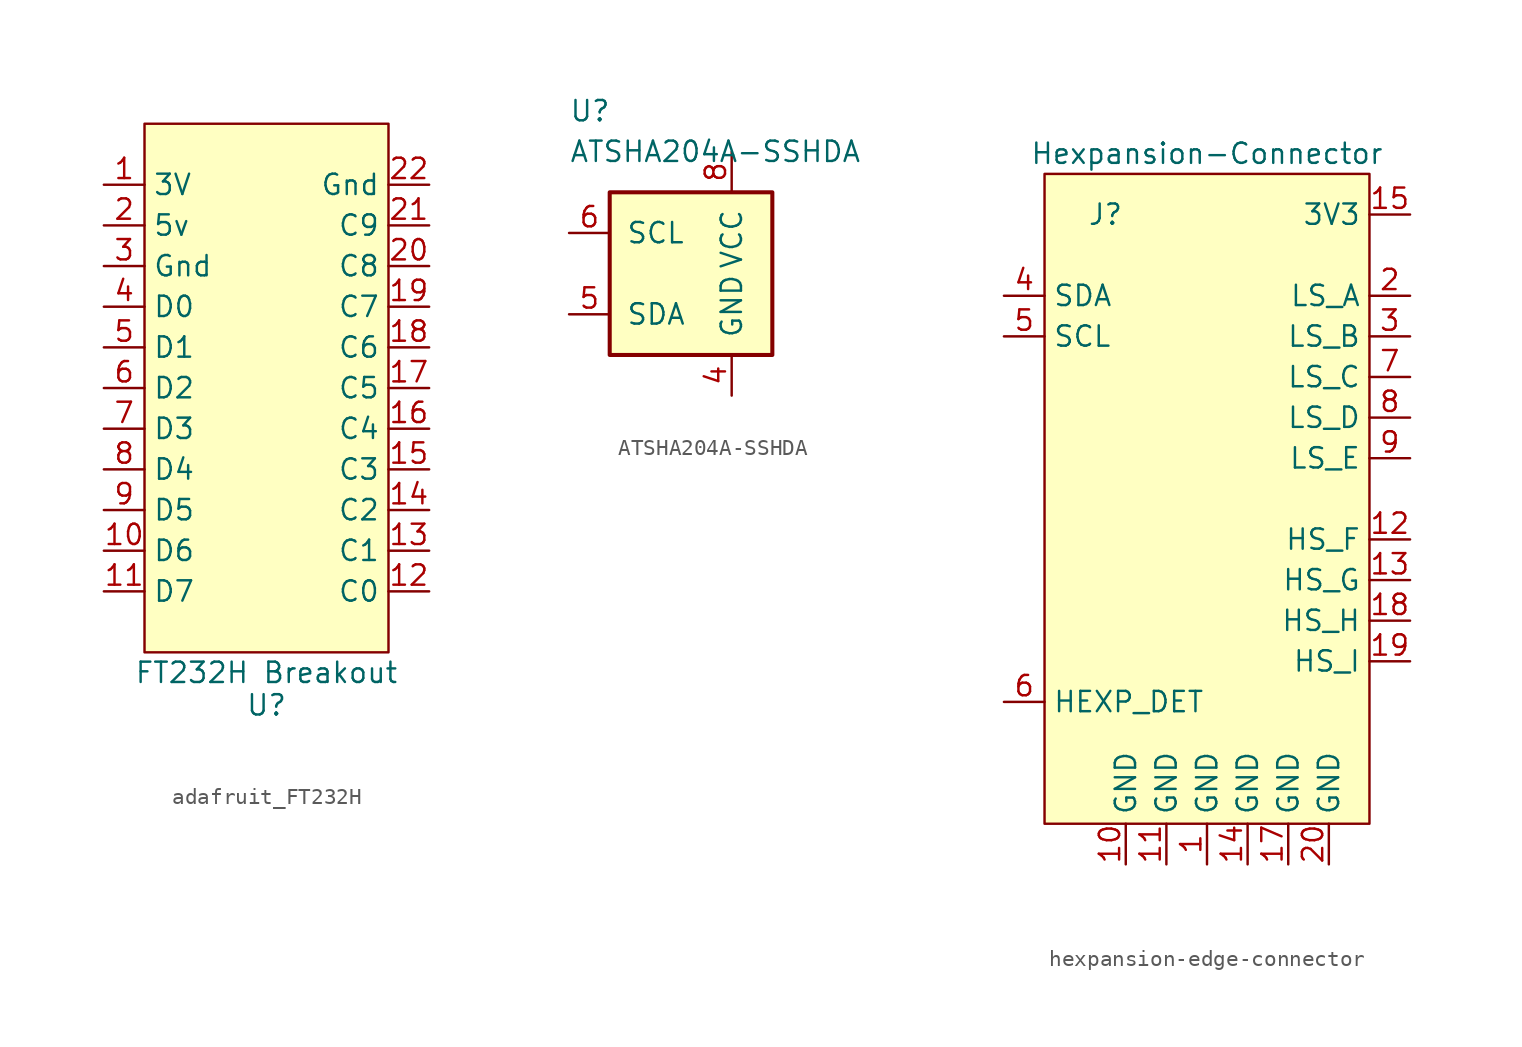
<source format=kicad_sym>
(kicad_symbol_lib
  (version 20231120)
  (generator "kicad_symbol_editor")
  (generator_version "8.0")
  (symbol "adafruit_FT232H"
    (property "Reference" "U"
      (at 0 -19.812 0)
      (effects (font (size 1.27 1.27))))
    (property "Value" "FT232H Breakout"
      (at 0 -17.78 0)
      (effects (font (size 1.27 1.27))))
    (symbol "adafruit_FT232H_0_0"
      (pin power_out line (at -10.16 12.7 0) (length 2.54) (name "3V" (effects (font (size 1.27 1.27)))) (number "1" (effects (font (size 1.27 1.27)))))
      (pin bidirectional line (at -10.16 -10.16 0) (length 2.54) (name "D6" (effects (font (size 1.27 1.27)))) (number "10" (effects (font (size 1.27 1.27)))))
      (pin bidirectional line (at -10.16 -12.7 0) (length 2.54) (name "D7" (effects (font (size 1.27 1.27)))) (number "11" (effects (font (size 1.27 1.27)))))
      (pin bidirectional line (at 10.16 -12.7 180) (length 2.54) (name "C0" (effects (font (size 1.27 1.27)))) (number "12" (effects (font (size 1.27 1.27)))))
      (pin bidirectional line (at 10.16 -10.16 180) (length 2.54) (name "C1" (effects (font (size 1.27 1.27)))) (number "13" (effects (font (size 1.27 1.27)))))
      (pin bidirectional line (at 10.16 -7.62 180) (length 2.54) (name "C2" (effects (font (size 1.27 1.27)))) (number "14" (effects (font (size 1.27 1.27)))))
      (pin bidirectional line (at 10.16 -5.08 180) (length 2.54) (name "C3" (effects (font (size 1.27 1.27)))) (number "15" (effects (font (size 1.27 1.27)))))
      (pin bidirectional line (at 10.16 -2.54 180) (length 2.54) (name "C4" (effects (font (size 1.27 1.27)))) (number "16" (effects (font (size 1.27 1.27)))))
      (pin bidirectional line (at 10.16 0 180) (length 2.54) (name "C5" (effects (font (size 1.27 1.27)))) (number "17" (effects (font (size 1.27 1.27)))))
      (pin bidirectional line (at 10.16 2.54 180) (length 2.54) (name "C6" (effects (font (size 1.27 1.27)))) (number "18" (effects (font (size 1.27 1.27)))))
      (pin bidirectional line (at 10.16 5.08 180) (length 2.54) (name "C7" (effects (font (size 1.27 1.27)))) (number "19" (effects (font (size 1.27 1.27)))))
      (pin power_out line (at -10.16 10.16 0) (length 2.54) (name "5v" (effects (font (size 1.27 1.27)))) (number "2" (effects (font (size 1.27 1.27)))))
      (pin bidirectional line (at 10.16 7.62 180) (length 2.54) (name "C8" (effects (font (size 1.27 1.27)))) (number "20" (effects (font (size 1.27 1.27)))))
      (pin bidirectional line (at 10.16 10.16 180) (length 2.54) (name "C9" (effects (font (size 1.27 1.27)))) (number "21" (effects (font (size 1.27 1.27)))))
      (pin power_out line (at -10.16 7.62 0) (length 2.54) (name "Gnd" (effects (font (size 1.27 1.27)))) (number "3" (effects (font (size 1.27 1.27)))))
      (pin bidirectional line (at -10.16 5.08 0) (length 2.54) (name "D0" (effects (font (size 1.27 1.27)))) (number "4" (effects (font (size 1.27 1.27)))))
      (pin bidirectional line (at -10.16 2.54 0) (length 2.54) (name "D1" (effects (font (size 1.27 1.27)))) (number "5" (effects (font (size 1.27 1.27)))))
      (pin bidirectional line (at -10.16 0 0) (length 2.54) (name "D2" (effects (font (size 1.27 1.27)))) (number "6" (effects (font (size 1.27 1.27)))))
      (pin bidirectional line (at -10.16 -2.54 0) (length 2.54) (name "D3" (effects (font (size 1.27 1.27)))) (number "7" (effects (font (size 1.27 1.27)))))
      (pin bidirectional line (at -10.16 -5.08 0) (length 2.54) (name "D4" (effects (font (size 1.27 1.27)))) (number "8" (effects (font (size 1.27 1.27)))))
      (pin bidirectional line (at -10.16 -7.62 0) (length 2.54) (name "D5" (effects (font (size 1.27 1.27)))) (number "9" (effects (font (size 1.27 1.27))))))
    (symbol "adafruit_FT232H_1_0"
      (pin power_out line (at 10.16 12.7 180) (length 2.54) (name "Gnd" (effects (font (size 1.27 1.27)))) (number "22" (effects (font (size 1.27 1.27))))))
    (symbol "adafruit_FT232H_1_1"
      (rectangle (start -7.62 16.51) (end 7.62 -16.51) (stroke (width 0) (type default)) (fill (type background)))))
  (symbol "ATSHA204A-SSHDA"
    (pin_names
      (offset 1.016))
    (property "Reference" "U"
      (at -7.62 10.16 0)
      (effects (font (size 1.27 1.27)) (justify left)))
    (property "Value" "ATSHA204A-SSHDA"
      (at -7.62 7.62 0)
      (effects (font (size 1.27 1.27)) (justify left)))
    (symbol "ATSHA204A-SSHDA_0_1"
      (rectangle (start -5.08 5.08) (end 5.08 -5.08) (stroke (width 0.254) (type default)) (fill (type background))))
    (symbol "ATSHA204A-SSHDA_1_0"
      (pin no_connect line (at 7.62 3.81 180) (length 2.54) hide (name "" (effects (font (size 1.27 1.27)))) (number "1" (effects (font (size 1.27 1.27)))))
      (pin no_connect line (at 7.62 1.27 180) (length 2.54) hide (name "" (effects (font (size 1.27 1.27)))) (number "2" (effects (font (size 1.27 1.27)))))
      (pin no_connect line (at 7.62 -3.81 180) (length 2.54) hide (name "" (effects (font (size 1.27 1.27)))) (number "3" (effects (font (size 1.27 1.27)))))
      (pin no_connect line (at 7.62 -1.27 180) (length 2.54) hide (name "" (effects (font (size 1.27 1.27)))) (number "7" (effects (font (size 1.27 1.27))))))
    (symbol "ATSHA204A-SSHDA_1_1"
      (pin power_in line (at 2.54 -7.62 90) (length 2.54) (name "GND" (effects (font (size 1.27 1.27)))) (number "4" (effects (font (size 1.27 1.27)))))
      (pin bidirectional line (at -7.62 -2.54 0) (length 2.54) (name "SDA" (effects (font (size 1.27 1.27)))) (number "5" (effects (font (size 1.27 1.27)))))
      (pin input line (at -7.62 2.54 0) (length 2.54) (name "SCL" (effects (font (size 1.27 1.27)))) (number "6" (effects (font (size 1.27 1.27)))))
      (pin power_in line (at 2.54 7.62 270) (length 2.54) (name "VCC" (effects (font (size 1.27 1.27)))) (number "8" (effects (font (size 1.27 1.27)))))))
  (symbol "hexpansion-edge-connector"
    (property "Reference" "J"
      (at -6.35 17.78 0)
      (effects (font (size 1.27 1.27))))
    (property "Value" "Hexpansion-Connector"
      (at 0 21.59 0)
      (effects (font (size 1.27 1.27))))
    (symbol "hexpansion-edge-connector_1_1"
      (rectangle (start -10.16 20.32) (end 10.16 -20.32) (stroke (width 0) (type default)) (fill (type background)))
      (pin power_out line (at 0 -22.86 90) (length 2.54) (name "GND" (effects (font (size 1.27 1.27)))) (number "1" (effects (font (size 1.27 1.27)))))
      (pin passive line (at -5.08 -22.86 90) (length 2.54) (name "GND" (effects (font (size 1.27 1.27)))) (number "10" (effects (font (size 1.27 1.27)))))
      (pin passive line (at -2.54 -22.86 90) (length 2.54) (name "GND" (effects (font (size 1.27 1.27)))) (number "11" (effects (font (size 1.27 1.27)))))
      (pin bidirectional line (at 12.7 -2.54 180) (length 2.54) (name "HS_F" (effects (font (size 1.27 1.27)))) (number "12" (effects (font (size 1.27 1.27)))))
      (pin bidirectional line (at 12.7 -5.08 180) (length 2.54) (name "HS_G" (effects (font (size 1.27 1.27)))) (number "13" (effects (font (size 1.27 1.27)))))
      (pin passive line (at 2.54 -22.86 90) (length 2.54) (name "GND" (effects (font (size 1.27 1.27)))) (number "14" (effects (font (size 1.27 1.27)))))
      (pin power_out line (at 12.7 17.78 180) (length 2.54) (name "3V3" (effects (font (size 1.27 1.27)))) (number "15" (effects (font (size 1.27 1.27)))))
      (pin passive line (at 12.7 17.78 180) (length 2.54) hide (name "3V3" (effects (font (size 1.27 1.27)))) (number "16" (effects (font (size 1.27 1.27)))))
      (pin passive line (at 5.08 -22.86 90) (length 2.54) (name "GND" (effects (font (size 1.27 1.27)))) (number "17" (effects (font (size 1.27 1.27)))))
      (pin bidirectional line (at 12.7 -7.62 180) (length 2.54) (name "HS_H" (effects (font (size 1.27 1.27)))) (number "18" (effects (font (size 1.27 1.27)))))
      (pin bidirectional line (at 12.7 -10.16 180) (length 2.54) (name "HS_I" (effects (font (size 1.27 1.27)))) (number "19" (effects (font (size 1.27 1.27)))))
      (pin bidirectional line (at 12.7 12.7 180) (length 2.54) (name "LS_A" (effects (font (size 1.27 1.27)))) (number "2" (effects (font (size 1.27 1.27)))))
      (pin passive line (at 7.62 -22.86 90) (length 2.54) (name "GND" (effects (font (size 1.27 1.27)))) (number "20" (effects (font (size 1.27 1.27)))))
      (pin bidirectional line (at 12.7 10.16 180) (length 2.54) (name "LS_B" (effects (font (size 1.27 1.27)))) (number "3" (effects (font (size 1.27 1.27)))))
      (pin bidirectional line (at -12.7 12.7 0) (length 2.54) (name "SDA" (effects (font (size 1.27 1.27)))) (number "4" (effects (font (size 1.27 1.27)))))
      (pin output line (at -12.7 10.16 0) (length 2.54) (name "SCL" (effects (font (size 1.27 1.27)))) (number "5" (effects (font (size 1.27 1.27)))))
      (pin bidirectional line (at -12.7 -12.7 0) (length 2.54) (name "HEXP_DET" (effects (font (size 1.27 1.27)))) (number "6" (effects (font (size 1.27 1.27)))))
      (pin bidirectional line (at 12.7 7.62 180) (length 2.54) (name "LS_C" (effects (font (size 1.27 1.27)))) (number "7" (effects (font (size 1.27 1.27)))))
      (pin bidirectional line (at 12.7 5.08 180) (length 2.54) (name "LS_D" (effects (font (size 1.27 1.27)))) (number "8" (effects (font (size 1.27 1.27)))))
      (pin bidirectional line (at 12.7 2.54 180) (length 2.54) (name "LS_E" (effects (font (size 1.27 1.27)))) (number "9" (effects (font (size 1.27 1.27))))))))
</source>
